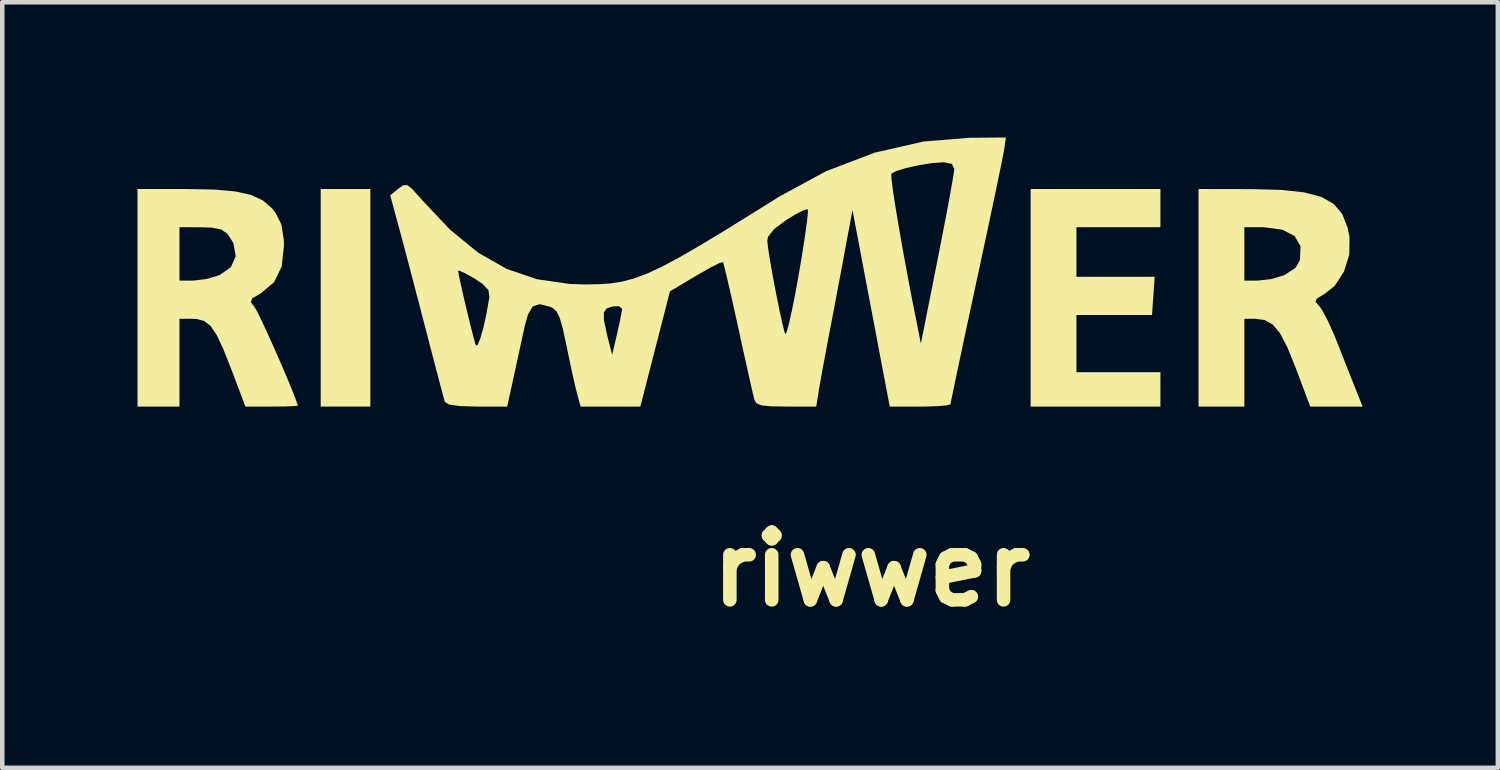
<source format=kicad_pcb>
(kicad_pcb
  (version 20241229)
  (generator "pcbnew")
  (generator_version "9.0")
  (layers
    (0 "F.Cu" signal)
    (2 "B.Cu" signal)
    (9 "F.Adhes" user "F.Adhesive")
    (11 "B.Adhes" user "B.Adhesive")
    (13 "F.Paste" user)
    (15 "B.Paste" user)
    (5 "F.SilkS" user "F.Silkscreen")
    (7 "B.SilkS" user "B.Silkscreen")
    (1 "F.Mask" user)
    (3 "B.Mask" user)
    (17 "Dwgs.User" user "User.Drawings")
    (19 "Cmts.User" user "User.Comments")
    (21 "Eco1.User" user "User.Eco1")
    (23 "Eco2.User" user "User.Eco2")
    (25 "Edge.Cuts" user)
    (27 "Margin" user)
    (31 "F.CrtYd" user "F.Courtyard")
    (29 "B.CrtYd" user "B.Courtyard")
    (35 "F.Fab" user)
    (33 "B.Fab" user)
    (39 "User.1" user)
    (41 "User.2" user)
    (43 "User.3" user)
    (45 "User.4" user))
  (footprint "riwwer"
    (layer "F.Cu")
    (at 12.448 5.977)
    (property "Reference" "riwwer" (at 3.835 3.601 0) (layer "F.SilkS") (effects (font (size 1.5 1.5) (thickness 0.3))))
    (attr board_only exclude_from_pos_files exclude_from_bom)
    (fp_poly (pts (xy -7.283 -2.421) (xy -7.283 -0.008) (xy -7.834 -0.008) (xy -8.384 -0.008) (xy -8.384 -2.421) (xy -8.384 -4.834) (xy -7.834 -4.834) (xy -7.283 -4.834)) (stroke (width 0) (type solid)) (fill yes) (layer "F.SilkS"))
    (fp_poly (pts (xy 10.243 -4.411) (xy 10.243 -3.987) (xy 9.311 -3.987) (xy 8.38 -3.987) (xy 8.38 -3.437) (xy 8.38 -2.887) (xy 9.248 -2.887) (xy 10.116 -2.887) (xy 10.086 -2.463) (xy 10.057 -2.04) (xy 9.218 -2.04) (xy 8.38 -2.04) (xy 8.38 -1.405) (xy 8.38 -0.77) (xy 9.311 -0.77) (xy 10.243 -0.77) (xy 10.243 -0.389) (xy 10.243 -0.008) (xy 8.803 -0.008) (xy 7.364 -0.008) (xy 7.364 -2.421) (xy 7.364 -4.834) (xy 8.803 -4.834) (xy 10.243 -4.834)) (stroke (width 0) (type solid)) (fill yes) (layer "F.SilkS"))
    (fp_poly (pts (xy 12.254 -4.832) (xy 12.915 -4.815) (xy 13.429 -4.76) (xy 13.815 -4.658) (xy 14.092 -4.5) (xy 14.279 -4.275) (xy 14.396 -3.974) (xy 14.438 -3.766) (xy 14.433 -3.381) (xy 14.315 -3.002) (xy 14.109 -2.685) (xy 13.883 -2.506) (xy 13.714 -2.405) (xy 13.681 -2.333) (xy 13.744 -2.267) (xy 13.833 -2.145) (xy 13.958 -1.908) (xy 14.096 -1.601) (xy 14.141 -1.49) (xy 14.289 -1.116) (xy 14.435 -0.745) (xy 14.553 -0.449) (xy 14.568 -0.41) (xy 14.728 -0.008) (xy 14.147 -0.008) (xy 13.566 -0.008) (xy 13.247 -0.858) (xy 13.063 -1.315) (xy 12.899 -1.63) (xy 12.737 -1.826) (xy 12.557 -1.927) (xy 12.34 -1.955) (xy 12.105 -1.955) (xy 12.105 -0.982) (xy 12.105 -0.008) (xy 11.597 -0.008) (xy 11.089 -0.008) (xy 11.089 -2.421) (xy 11.089 -3.987) (xy 12.105 -3.987) (xy 12.105 -3.395) (xy 12.105 -2.802) (xy 12.404 -2.802) (xy 12.698 -2.837) (xy 12.99 -2.922) (xy 12.994 -2.923) (xy 13.241 -3.087) (xy 13.338 -3.256) (xy 13.351 -3.565) (xy 13.219 -3.792) (xy 12.943 -3.933) (xy 12.528 -3.987) (xy 12.482 -3.987) (xy 12.105 -3.987) (xy 11.089 -3.987) (xy 11.089 -4.834)) (stroke (width 0) (type solid)) (fill yes) (layer "F.SilkS"))
    (fp_poly (pts (xy -10.742 -4.822) (xy -10.276 -4.78) (xy -9.925 -4.701) (xy -9.664 -4.579) (xy -9.464 -4.405) (xy -9.385 -4.305) (xy -9.257 -4.048) (xy -9.203 -3.712) (xy -9.199 -3.574) (xy -9.25 -3.113) (xy -9.418 -2.767) (xy -9.711 -2.521) (xy -9.749 -2.5) (xy -9.907 -2.406) (xy -9.931 -2.325) (xy -9.853 -2.217) (xy -9.787 -2.104) (xy -9.675 -1.873) (xy -9.53 -1.56) (xy -9.371 -1.203) (xy -9.212 -0.838) (xy -9.07 -0.501) (xy -8.961 -0.23) (xy -8.9 -0.061) (xy -8.893 -0.029) (xy -8.97 -0.019) (xy -9.173 -0.011) (xy -9.459 -0.008) (xy -9.473 -0.008) (xy -10.054 -0.008) (xy -10.365 -0.83) (xy -10.544 -1.283) (xy -10.692 -1.598) (xy -10.828 -1.798) (xy -10.97 -1.908) (xy -11.137 -1.951) (xy -11.233 -1.955) (xy -11.517 -1.955) (xy -11.517 -0.982) (xy -11.517 -0.008) (xy -11.982 -0.008) (xy -12.448 -0.008) (xy -12.448 -2.421) (xy -12.448 -3.987) (xy -11.517 -3.987) (xy -11.517 -3.395) (xy -11.517 -2.802) (xy -11.218 -2.802) (xy -10.924 -2.837) (xy -10.632 -2.922) (xy -10.628 -2.923) (xy -10.376 -3.1) (xy -10.269 -3.344) (xy -10.318 -3.624) (xy -10.337 -3.662) (xy -10.45 -3.838) (xy -10.589 -3.936) (xy -10.803 -3.978) (xy -11.072 -3.986) (xy -11.517 -3.987) (xy -12.448 -3.987) (xy -12.448 -4.834) (xy -11.349 -4.834)) (stroke (width 0) (type solid)) (fill yes) (layer "F.SilkS"))
    (fp_poly (pts (xy 6.787 -5.765) (xy 6.763 -5.633) (xy 6.708 -5.357) (xy 6.626 -4.958) (xy 6.521 -4.458) (xy 6.398 -3.878) (xy 6.261 -3.239) (xy 6.173 -2.83) (xy 6.032 -2.175) (xy 5.903 -1.574) (xy 5.791 -1.046) (xy 5.699 -0.611) (xy 5.632 -0.289) (xy 5.593 -0.1) (xy 5.586 -0.058) (xy 5.508 -0.035) (xy 5.301 -0.017) (xy 5.005 -0.008) (xy 4.913 -0.008) (xy 4.239 -0.008) (xy 4.187 -0.283) (xy 4.156 -0.445) (xy 4.099 -0.745) (xy 4.021 -1.155) (xy 3.928 -1.648) (xy 3.824 -2.195) (xy 3.773 -2.463) (xy 3.412 -4.368) (xy 3.223 -3.352) (xy 3.13 -2.853) (xy 3.028 -2.314) (xy 2.933 -1.813) (xy 2.879 -1.532) (xy 2.804 -1.134) (xy 2.734 -0.756) (xy 2.681 -0.457) (xy 2.666 -0.368) (xy 2.608 -0.008) (xy 1.944 -0.008) (xy 1.601 -0.014) (xy 1.393 -0.035) (xy 1.283 -0.081) (xy 1.237 -0.156) (xy 1.206 -0.285) (xy 1.145 -0.549) (xy 1.063 -0.918) (xy 0.965 -1.361) (xy 0.881 -1.744) (xy 0.778 -2.214) (xy 0.685 -2.624) (xy 0.61 -2.945) (xy 0.559 -3.151) (xy 0.54 -3.215) (xy 0.459 -3.191) (xy 0.271 -3.096) (xy 0.012 -2.95) (xy -0.063 -2.906) (xy -0.637 -2.564) (xy -0.965 -1.286) (xy -1.293 -0.008) (xy -1.956 -0.008) (xy -2.619 -0.008) (xy -2.694 -0.283) (xy -2.745 -0.489) (xy -2.816 -0.806) (xy -2.895 -1.18) (xy -2.93 -1.351) (xy -3.011 -1.728) (xy -3.08 -1.972) (xy -3.14 -2.096) (xy -2.103 -2.096) (xy -2.101 -1.924) (xy -2.04 -1.635) (xy -2.019 -1.55) (xy -1.919 -1.154) (xy -1.811 -1.618) (xy -1.75 -1.89) (xy -1.709 -2.1) (xy -1.699 -2.176) (xy -1.767 -2.235) (xy -1.907 -2.23) (xy -2.04 -2.186) (xy -2.103 -2.096) (xy -3.14 -2.096) (xy -3.15 -2.116) (xy -3.237 -2.195) (xy -3.296 -2.222) (xy -3.526 -2.281) (xy -3.68 -2.232) (xy -3.786 -2.053) (xy -3.859 -1.786) (xy -3.93 -1.462) (xy -4.018 -1.059) (xy -4.104 -0.665) (xy -4.104 -0.664) (xy -4.247 -0.008) (xy -4.921 -0.008) (xy -5.311 -0.02) (xy -5.544 -0.056) (xy -5.63 -0.114) (xy -5.662 -0.227) (xy -5.729 -0.475) (xy -5.822 -0.831) (xy -5.936 -1.266) (xy -6.049 -1.701) (xy -6.19 -2.246) (xy -6.335 -2.797) (xy -6.394 -3.022) (xy -5.336 -3.022) (xy -5.317 -2.909) (xy -5.267 -2.678) (xy -5.198 -2.375) (xy -5.12 -2.047) (xy -5.044 -1.738) (xy -4.981 -1.495) (xy -4.942 -1.365) (xy -4.941 -1.363) (xy -4.902 -1.375) (xy -4.843 -1.519) (xy -4.775 -1.759) (xy -4.708 -2.06) (xy -4.651 -2.387) (xy -4.643 -2.444) (xy -4.663 -2.589) (xy -4.788 -2.726) (xy -4.976 -2.851) (xy -5.181 -2.965) (xy -5.312 -3.023) (xy -5.336 -3.022) (xy -6.394 -3.022) (xy -6.469 -3.308) (xy -6.581 -3.732) (xy -6.637 -3.939) (xy -6.842 -4.695) (xy -6.66 -4.843) (xy -6.555 -4.917) (xy -6.467 -4.922) (xy -6.357 -4.838) (xy -6.185 -4.647) (xy -6.14 -4.595) (xy -5.513 -3.931) (xy -4.892 -3.423) (xy -4.256 -3.061) (xy -3.586 -2.833) (xy -2.858 -2.728) (xy -2.536 -2.718) (xy -2.235 -2.722) (xy -1.963 -2.739) (xy -1.704 -2.779) (xy -1.44 -2.848) (xy -1.152 -2.955) (xy -0.822 -3.107) (xy -0.434 -3.314) (xy 0.031 -3.583) (xy 0.206 -3.689) (xy 1.522 -3.689) (xy 1.539 -3.529) (xy 1.583 -3.25) (xy 1.645 -2.896) (xy 1.718 -2.514) (xy 1.792 -2.147) (xy 1.859 -1.843) (xy 1.909 -1.646) (xy 1.919 -1.617) (xy 1.949 -1.653) (xy 2 -1.833) (xy 2.067 -2.131) (xy 2.146 -2.525) (xy 2.217 -2.916) (xy 2.296 -3.386) (xy 2.359 -3.797) (xy 2.404 -4.118) (xy 2.424 -4.324) (xy 2.422 -4.386) (xy 2.334 -4.367) (xy 2.15 -4.273) (xy 1.95 -4.152) (xy 1.672 -3.944) (xy 1.539 -3.772) (xy 1.522 -3.689) (xy 0.206 -3.689) (xy 0.591 -3.921) (xy 1.263 -4.338) (xy 1.795 -4.67) (xy 2.724 -5.174) (xy 4.274 -5.174) (xy 4.276 -5.072) (xy 4.306 -4.828) (xy 4.361 -4.466) (xy 4.437 -4.01) (xy 4.529 -3.485) (xy 4.634 -2.914) (xy 4.747 -2.323) (xy 4.837 -1.871) (xy 4.93 -1.405) (xy 5.3 -3.268) (xy 5.407 -3.815) (xy 5.503 -4.311) (xy 5.581 -4.732) (xy 5.637 -5.051) (xy 5.667 -5.241) (xy 5.67 -5.279) (xy 5.618 -5.391) (xy 5.438 -5.427) (xy 5.421 -5.427) (xy 5.177 -5.409) (xy 4.887 -5.363) (xy 4.604 -5.3) (xy 4.382 -5.233) (xy 4.274 -5.174) (xy 4.274 -5.174) (xy 2.724 -5.174) (xy 2.832 -5.232) (xy 3.9 -5.639) (xy 4.982 -5.887) (xy 6.009 -5.971) (xy 6.814 -5.977)) (stroke (width 0) (type solid)) (fill yes) (layer "F.SilkS")))
  (gr_rect
    (start -3 -3)
    (end 30.176 13.982)
    (stroke (width 0.1) (type default))
    (fill no)
    (layer "Edge.Cuts")))
</source>
